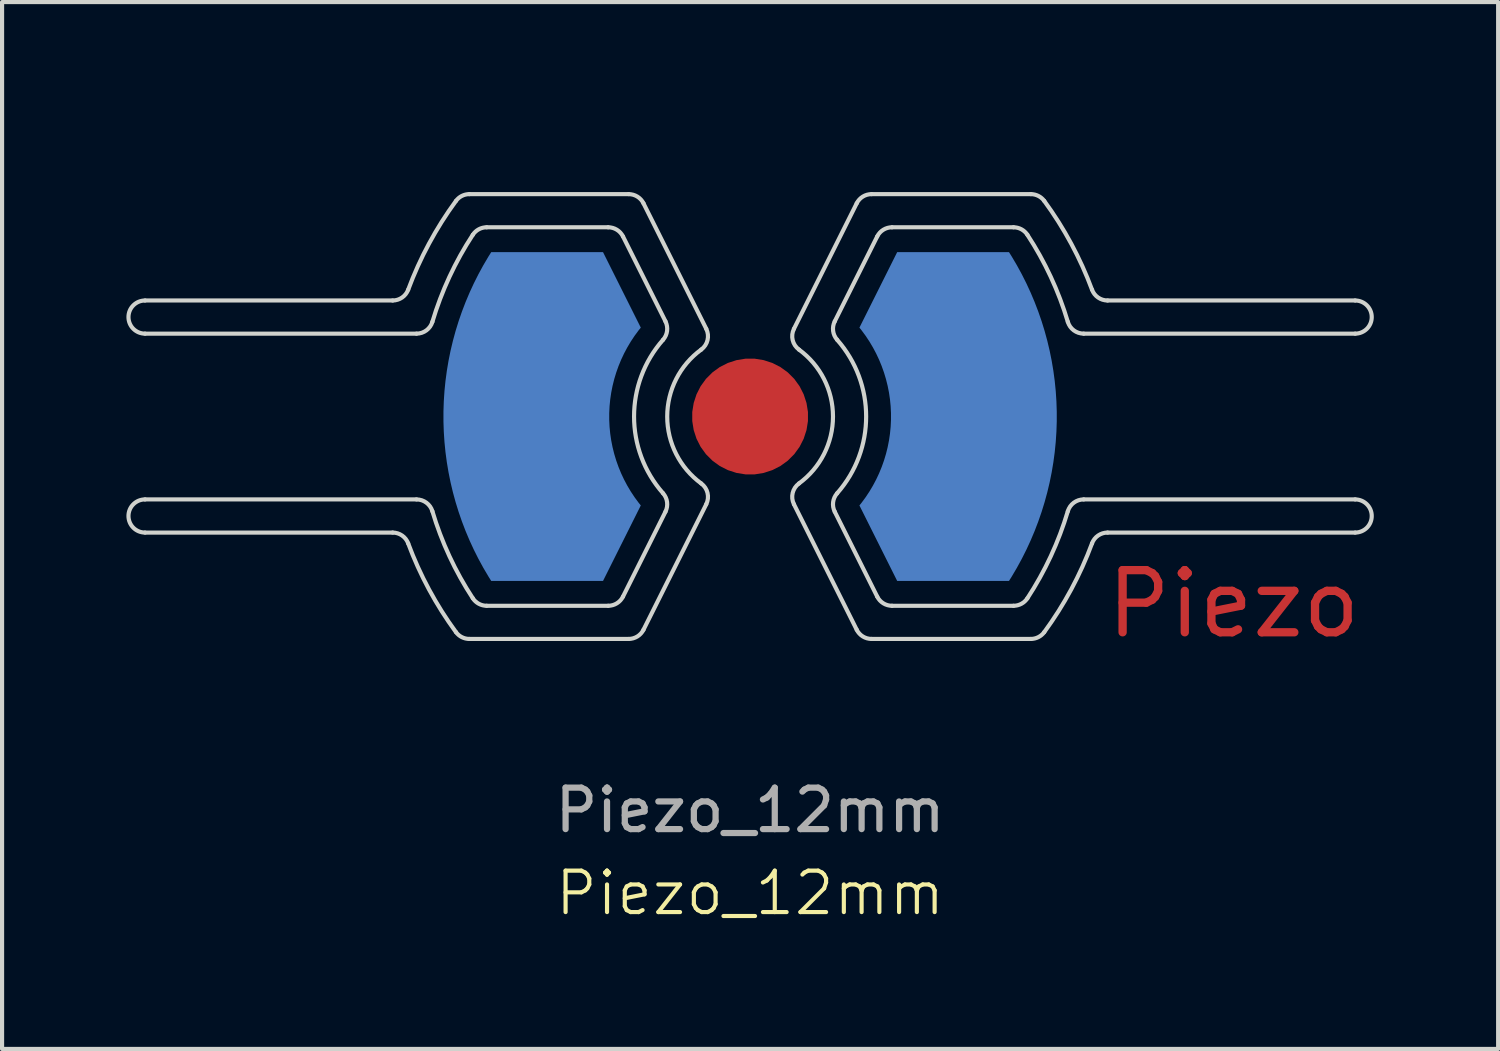
<source format=kicad_pcb>
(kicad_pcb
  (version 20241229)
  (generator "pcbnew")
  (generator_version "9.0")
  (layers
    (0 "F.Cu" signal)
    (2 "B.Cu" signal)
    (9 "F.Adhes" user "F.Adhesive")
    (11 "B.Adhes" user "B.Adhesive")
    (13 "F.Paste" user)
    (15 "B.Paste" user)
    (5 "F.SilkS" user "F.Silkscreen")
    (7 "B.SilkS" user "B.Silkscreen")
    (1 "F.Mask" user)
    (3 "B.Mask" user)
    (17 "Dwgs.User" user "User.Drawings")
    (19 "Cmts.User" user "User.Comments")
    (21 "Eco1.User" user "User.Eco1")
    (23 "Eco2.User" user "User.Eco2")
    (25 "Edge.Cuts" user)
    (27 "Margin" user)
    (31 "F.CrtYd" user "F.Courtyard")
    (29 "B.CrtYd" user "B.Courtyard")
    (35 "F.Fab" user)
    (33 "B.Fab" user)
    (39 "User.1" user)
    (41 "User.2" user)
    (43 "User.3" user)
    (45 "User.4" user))
  (footprint "Piezo_12mm"
    (layer "F.Cu")
    (at 15.05 7.001)
    (property "Reference" "Piezo_12mm" (at 0 11.5 0) (unlocked yes) (layer "F.SilkS") (effects (font (size 1 1) (thickness 0.1))))
    (attr smd)
    (fp_poly (pts (arc (start -1.18006 -1.614763) (mid -1.027349 -1.843401) (end -1.0583 -2.116599)) (arc (start -2.572723 -5.145446) (mid -2.720203 -5.306823) (end -2.930497 -5.366563)) (arc (start -4.494438 -5.366563) (mid 0 -7) (end 4.49444 -5.366563)) (arc (start 2.930495 -5.366563) (mid 2.720197 -5.30684) (end 2.572752 -5.145504)) (arc (start 1.058301 -2.116601) (mid 1.027349 -1.843401) (end 1.18006 -1.614763)) (arc (start 1.18006 -1.614763) (mid 2 0) (end 1.18006 1.614763)) (arc (start 1.18006 1.614763) (mid 1.027346 1.843399) (end 1.058294 2.116588)) (arc (start 2.572724 5.145449) (mid 2.720204 5.306822) (end 2.9305 5.366563)) (arc (start 4.494438 5.366563) (mid 0 7) (end -4.49444 5.366563)) (arc (start -2.930498 5.366563) (mid -2.720203 5.306823) (end -2.572722 5.145446)) (arc (start -1.0583 2.116599) (mid -1.027349 1.843401) (end -1.18006 1.614763)) (arc (start -1.18006 1.614763) (mid -2 0) (end -1.18006 -1.614763))) (stroke (width 0) (type solid)) (fill yes) (layer "F.Mask"))
    (fp_line (start -14.6 -2.8) (end -8.626 -2.8) (stroke (width 0.1) (type default)) (layer "Edge.Cuts"))
    (fp_line (start -14.6 2) (end -8.05 2) (stroke (width 0.1) (type default)) (layer "Edge.Cuts"))
    (fp_line (start -8.626 2.8) (end -14.6 2.8) (stroke (width 0.1) (type default)) (layer "Edge.Cuts"))
    (fp_line (start -8.05 -2) (end -14.6 -2) (stroke (width 0.1) (type default)) (layer "Edge.Cuts"))
    (fp_line (start -6.774 -5.367) (end -2.93 -5.367) (stroke (width 0.1) (type default)) (layer "Edge.Cuts"))
    (fp_line (start -6.356 4.567) (end -3.425 4.567) (stroke (width 0.1) (type default)) (layer "Edge.Cuts"))
    (fp_line (start -3.425 -4.567) (end -6.356 -4.567) (stroke (width 0.1) (type default)) (layer "Edge.Cuts"))
    (fp_line (start -3.067 4.345) (end -2.042 2.296) (stroke (width 0.1) (type default)) (layer "Edge.Cuts"))
    (fp_line (start -2.93 5.367) (end -6.774 5.367) (stroke (width 0.1) (type default)) (layer "Edge.Cuts"))
    (fp_line (start -2.573 -5.145) (end -1.058 -2.117) (stroke (width 0.1) (type default)) (layer "Edge.Cuts"))
    (fp_line (start -2.042 -2.296) (end -3.067 -4.345) (stroke (width 0.1) (type default)) (layer "Edge.Cuts"))
    (fp_line (start -1.058 2.117) (end -2.573 5.145) (stroke (width 0.1) (type default)) (layer "Edge.Cuts"))
    (fp_line (start 1.058 -2.117) (end 2.573 -5.146) (stroke (width 0.1) (type default)) (layer "Edge.Cuts"))
    (fp_line (start 2.042 2.296) (end 3.067 4.345) (stroke (width 0.1) (type default)) (layer "Edge.Cuts"))
    (fp_line (start 2.573 5.145) (end 1.058 2.117) (stroke (width 0.1) (type default)) (layer "Edge.Cuts"))
    (fp_line (start 2.93 -5.367) (end 6.774 -5.367) (stroke (width 0.1) (type default)) (layer "Edge.Cuts"))
    (fp_line (start 3.067 -4.345) (end 2.042 -2.296) (stroke (width 0.1) (type default)) (layer "Edge.Cuts"))
    (fp_line (start 3.425 4.567) (end 6.356 4.567) (stroke (width 0.1) (type default)) (layer "Edge.Cuts"))
    (fp_line (start 6.356 -4.567) (end 3.425 -4.567) (stroke (width 0.1) (type default)) (layer "Edge.Cuts"))
    (fp_line (start 6.771 5.367) (end 2.93 5.367) (stroke (width 0.1) (type default)) (layer "Edge.Cuts"))
    (fp_line (start 8.05 2) (end 14.6 2) (stroke (width 0.1) (type default)) (layer "Edge.Cuts"))
    (fp_line (start 8.626 -2.8) (end 14.6 -2.8) (stroke (width 0.1) (type default)) (layer "Edge.Cuts"))
    (fp_line (start 14.6 -2) (end 8.05 -2) (stroke (width 0.1) (type default)) (layer "Edge.Cuts"))
    (fp_line (start 14.6 2.8) (end 8.626 2.8) (stroke (width 0.1) (type default)) (layer "Edge.Cuts"))
    (fp_arc (start -14.6 -2) (mid -15 -2.4) (end -14.6 -2.8) (stroke (width 0.1) (type default)) (layer "Edge.Cuts"))
    (fp_arc (start -14.6 2.8) (mid -15 2.4) (end -14.6 2) (stroke (width 0.1) (type default)) (layer "Edge.Cuts"))
    (fp_arc (start -8.625541 2.8) (mid -8.397127 2.871631) (end -8.25052 3.06087) (stroke (width 0.1) (type default)) (layer "Edge.Cuts"))
    (fp_arc (start -8.25052 -3.06087) (mid -8.397127 -2.871631) (end -8.625541 -2.8) (stroke (width 0.1) (type default)) (layer "Edge.Cuts"))
    (fp_arc (start -8.25052 -3.06087) (mid -7.748175 -4.172024) (end -7.097049 -5.203066) (stroke (width 0.1) (type default)) (layer "Edge.Cuts"))
    (fp_arc (start -8.049849 2) (mid -7.8108 2.079287) (end -7.666519 2.285714) (stroke (width 0.1) (type default)) (layer "Edge.Cuts"))
    (fp_arc (start -7.666519 -2.285714) (mid -7.810799 -2.079286) (end -8.049843 -2) (stroke (width 0.1) (type default)) (layer "Edge.Cuts"))
    (fp_arc (start -7.666519 -2.285714) (mid -7.25496 -3.371285) (end -6.69061 -4.385856) (stroke (width 0.1) (type default)) (layer "Edge.Cuts"))
    (fp_arc (start -7.097049 -5.203066) (mid -6.955286 -5.323355) (end -6.774455 -5.366563) (stroke (width 0.1) (type default)) (layer "Edge.Cuts"))
    (fp_arc (start -7.097049 5.203066) (mid -7.748175 4.172024) (end -8.25052 3.06087) (stroke (width 0.1) (type default)) (layer "Edge.Cuts"))
    (fp_arc (start -6.774454 5.366563) (mid -6.955285 5.323355) (end -7.097049 5.203066) (stroke (width 0.1) (type default)) (layer "Edge.Cuts"))
    (fp_arc (start -6.69061 -4.385856) (mid -6.546189 -4.518499) (end -6.356082 -4.566563) (stroke (width 0.1) (type default)) (layer "Edge.Cuts"))
    (fp_arc (start -6.69061 4.385856) (mid -7.25496 3.371285) (end -7.666519 2.285714) (stroke (width 0.1) (type default)) (layer "Edge.Cuts"))
    (fp_arc (start -6.356082 4.566563) (mid -6.546189 4.518499) (end -6.69061 4.385856) (stroke (width 0.1) (type default)) (layer "Edge.Cuts"))
    (fp_arc (start -3.424924 -4.566563) (mid -3.21463 -4.506823) (end -3.067149 -4.345445) (stroke (width 0.1) (type default)) (layer "Edge.Cuts"))
    (fp_arc (start -3.06715 4.345446) (mid -3.21463 4.506823) (end -3.424925 4.566563) (stroke (width 0.1) (type default)) (layer "Edge.Cuts"))
    (fp_arc (start -2.930497 -5.366563) (mid -2.720203 -5.306823) (end -2.572723 -5.145446) (stroke (width 0.1) (type default)) (layer "Edge.Cuts"))
    (fp_arc (start -2.572722 5.145446) (mid -2.720203 5.306823) (end -2.930498 5.366563) (stroke (width 0.1) (type default)) (layer "Edge.Cuts"))
    (fp_arc (start -2.099967 1.852063) (mid -2.8 0) (end -2.099967 -1.852063) (stroke (width 0.1) (type default)) (layer "Edge.Cuts"))
    (fp_arc (start -2.099967 1.852063) (mid -2.003315 2.064968) (end -2.042193 2.295528) (stroke (width 0.1) (type default)) (layer "Edge.Cuts"))
    (fp_arc (start -2.042192 -2.29553) (mid -2.003315 -2.064968) (end -2.099967 -1.852063) (stroke (width 0.1) (type default)) (layer "Edge.Cuts"))
    (fp_arc (start -1.18006 1.614763) (mid -2 0) (end -1.18006 -1.614763) (stroke (width 0.1) (type default)) (layer "Edge.Cuts"))
    (fp_arc (start -1.18006 1.614763) (mid -1.027349 1.843401) (end -1.0583 2.116599) (stroke (width 0.1) (type default)) (layer "Edge.Cuts"))
    (fp_arc (start -1.0583 -2.116599) (mid -1.027349 -1.843401) (end -1.18006 -1.614763) (stroke (width 0.1) (type default)) (layer "Edge.Cuts"))
    (fp_arc (start 1.058294 2.116588) (mid 1.027346 1.843399) (end 1.18006 1.614763) (stroke (width 0.1) (type default)) (layer "Edge.Cuts"))
    (fp_arc (start 1.18006 -1.614763) (mid 1.027349 -1.843401) (end 1.058301 -2.116601) (stroke (width 0.1) (type default)) (layer "Edge.Cuts"))
    (fp_arc (start 1.18006 -1.614763) (mid 2 0) (end 1.18006 1.614763) (stroke (width 0.1) (type default)) (layer "Edge.Cuts"))
    (fp_arc (start 2.042188 2.295521) (mid 2.003313 2.064967) (end 2.099967 1.852063) (stroke (width 0.1) (type default)) (layer "Edge.Cuts"))
    (fp_arc (start 2.099967 -1.852063) (mid 2.003316 -2.064967) (end 2.042196 -2.295527) (stroke (width 0.1) (type default)) (layer "Edge.Cuts"))
    (fp_arc (start 2.099967 -1.852063) (mid 2.8 0) (end 2.099967 1.852063) (stroke (width 0.1) (type default)) (layer "Edge.Cuts"))
    (fp_arc (start 2.572752 -5.145504) (mid 2.720197 -5.30684) (end 2.930495 -5.366563) (stroke (width 0.1) (type default)) (layer "Edge.Cuts"))
    (fp_arc (start 2.9305 5.366563) (mid 2.720204 5.306822) (end 2.572724 5.145449) (stroke (width 0.1) (type default)) (layer "Edge.Cuts"))
    (fp_arc (start 3.067161 -4.345469) (mid 3.214626 -4.50683) (end 3.4249 -4.566563) (stroke (width 0.1) (type default)) (layer "Edge.Cuts"))
    (fp_arc (start 3.4249 4.566563) (mid 3.214629 4.506824) (end 3.067161 4.345469) (stroke (width 0.1) (type default)) (layer "Edge.Cuts"))
    (fp_arc (start 6.3561 -4.566563) (mid 6.546191 -4.518503) (end 6.69061 -4.385856) (stroke (width 0.1) (type default)) (layer "Edge.Cuts"))
    (fp_arc (start 6.69061 -4.385856) (mid 7.25496 -3.371285) (end 7.666519 -2.285714) (stroke (width 0.1) (type default)) (layer "Edge.Cuts"))
    (fp_arc (start 6.69061 4.385856) (mid 6.546191 4.518503) (end 6.3561 4.566563) (stroke (width 0.1) (type default)) (layer "Edge.Cuts"))
    (fp_arc (start 6.7745 -5.366563) (mid 6.955295 -5.323368) (end 7.097049 -5.203066) (stroke (width 0.1) (type default)) (layer "Edge.Cuts"))
    (fp_arc (start 7.097049 -5.203066) (mid 7.748175 -4.172024) (end 8.25052 -3.06087) (stroke (width 0.1) (type default)) (layer "Edge.Cuts"))
    (fp_arc (start 7.097049 5.203066) (mid 6.955286 5.32335) (end 6.770605 5.366563) (stroke (width 0.1) (type default)) (layer "Edge.Cuts"))
    (fp_arc (start 7.666519 2.285714) (mid 7.25496 3.371285) (end 6.69061 4.385856) (stroke (width 0.1) (type default)) (layer "Edge.Cuts"))
    (fp_arc (start 7.666519 2.285714) (mid 7.810803 2.079304) (end 8.0499 2.000019) (stroke (width 0.1) (type default)) (layer "Edge.Cuts"))
    (fp_arc (start 8.0498 -2) (mid 7.810778 -2.079269) (end 7.666519 -2.285714) (stroke (width 0.1) (type default)) (layer "Edge.Cuts"))
    (fp_arc (start 8.25052 3.06087) (mid 7.748175 4.172024) (end 7.097049 5.203066) (stroke (width 0.1) (type default)) (layer "Edge.Cuts"))
    (fp_arc (start 8.25052 3.06087) (mid 8.397131 2.871648) (end 8.6256 2.800013) (stroke (width 0.1) (type default)) (layer "Edge.Cuts"))
    (fp_arc (start 8.6255 -2.8) (mid 8.397108 -2.871615) (end 8.25052 -3.06087) (stroke (width 0.1) (type default)) (layer "Edge.Cuts"))
    (fp_arc (start 14.6 -2.8) (mid 15 -2.4) (end 14.6 -2) (stroke (width 0.1) (type default)) (layer "Edge.Cuts"))
    (fp_arc (start 14.6 2) (mid 15 2.4) (end 14.6 2.8) (stroke (width 0.1) (type default)) (layer "Edge.Cuts"))
    (fp_text user "Piezo" (at 8.5 5.4 0) (unlocked yes) (layer "F.Cu") (effects (font (size 1.5 1.5) (thickness 0.2)) (justify left bottom)))
    (fp_text user "Piezo" (at 8.5 5.4 0) (unlocked yes) (layer "F.Mask") (effects (font (size 1.5 1.5) (thickness 0.2)) (justify left bottom)))
    (fp_text user "${REFERENCE}" (at 0 9.5 0) (unlocked yes) (layer "F.Fab") (effects (font (size 1 1) (thickness 0.15))))
    (pad "1" smd custom (at -5.5 0) (size 1.905 1.27) (layers "B.Cu" "B.Mask") (options (anchor rect)) (primitives (gr_poly (pts (arc (start -0.747108 3.966563) (mid -1.9 0) (end -0.747106 -3.966563)) (xy 1.951 -3.967) (arc (start 2.862162 -2.145179) (mid 2.1 0) (end 2.862162 2.145181)) (xy 1.951 3.967)) (width 0) (fill yes))))
    (pad "1" smd custom (at 5.5 0) (size 1.905 1.27) (layers "B.Cu" "B.Mask") (options (anchor rect)) (primitives (gr_poly (pts (arc (start -2.862162 2.145181) (mid -2.1 0) (end -2.862162 -2.145181)) (xy -1.951 -3.967) (arc (start 0.747107 -3.966563) (mid 1.9 0) (end 0.747107 3.966563)) (xy -1.951 3.967)) (width 0) (fill yes))))
    (pad "2" smd custom (at 0.00001 0) (size 1.905 1.27) (layers "F.Cu" "F.Mask") (options (anchor rect)) (primitives (gr_poly (pts (xy 1.396 -0.11) (xy 1.361 -0.327) (xy 1.293 -0.536) (xy 1.194 -0.731) (xy 1.065 -0.909) (xy 0.909 -1.065) (xy 0.731 -1.194) (xy 0.536 -1.293) (xy 0.327 -1.361) (xy 0.11 -1.396) (xy -0.11 -1.396) (xy -0.327 -1.361) (xy -0.536 -1.293) (xy -0.732 -1.194) (xy -0.909 -1.065) (xy -1.065 -0.909) (xy -1.194 -0.731) (xy -1.293 -0.536) (xy -1.361 -0.327) (xy -1.396 -0.11) (xy -1.396 0.11) (xy -1.361 0.327) (xy -1.293 0.536) (xy -1.194 0.731) (xy -1.065 0.909) (xy -0.909 1.065) (xy -0.732 1.194) (xy -0.536 1.293) (xy -0.327 1.361) (xy -0.11 1.396) (xy 0.11 1.396) (xy 0.327 1.361) (xy 0.536 1.293) (xy 0.731 1.194) (xy 0.909 1.065) (xy 1.065 0.909) (xy 1.194 0.731) (xy 1.293 0.536) (xy 1.361 0.327) (xy 1.396 0.11) (xy 1.396 -0.11)) (width 0) (fill yes)))))
  (gr_rect
    (start -3 -3)
    (end 33.1 22.261)
    (stroke (width 0.1) (type default))
    (fill no)
    (layer "Edge.Cuts")))
</source>
